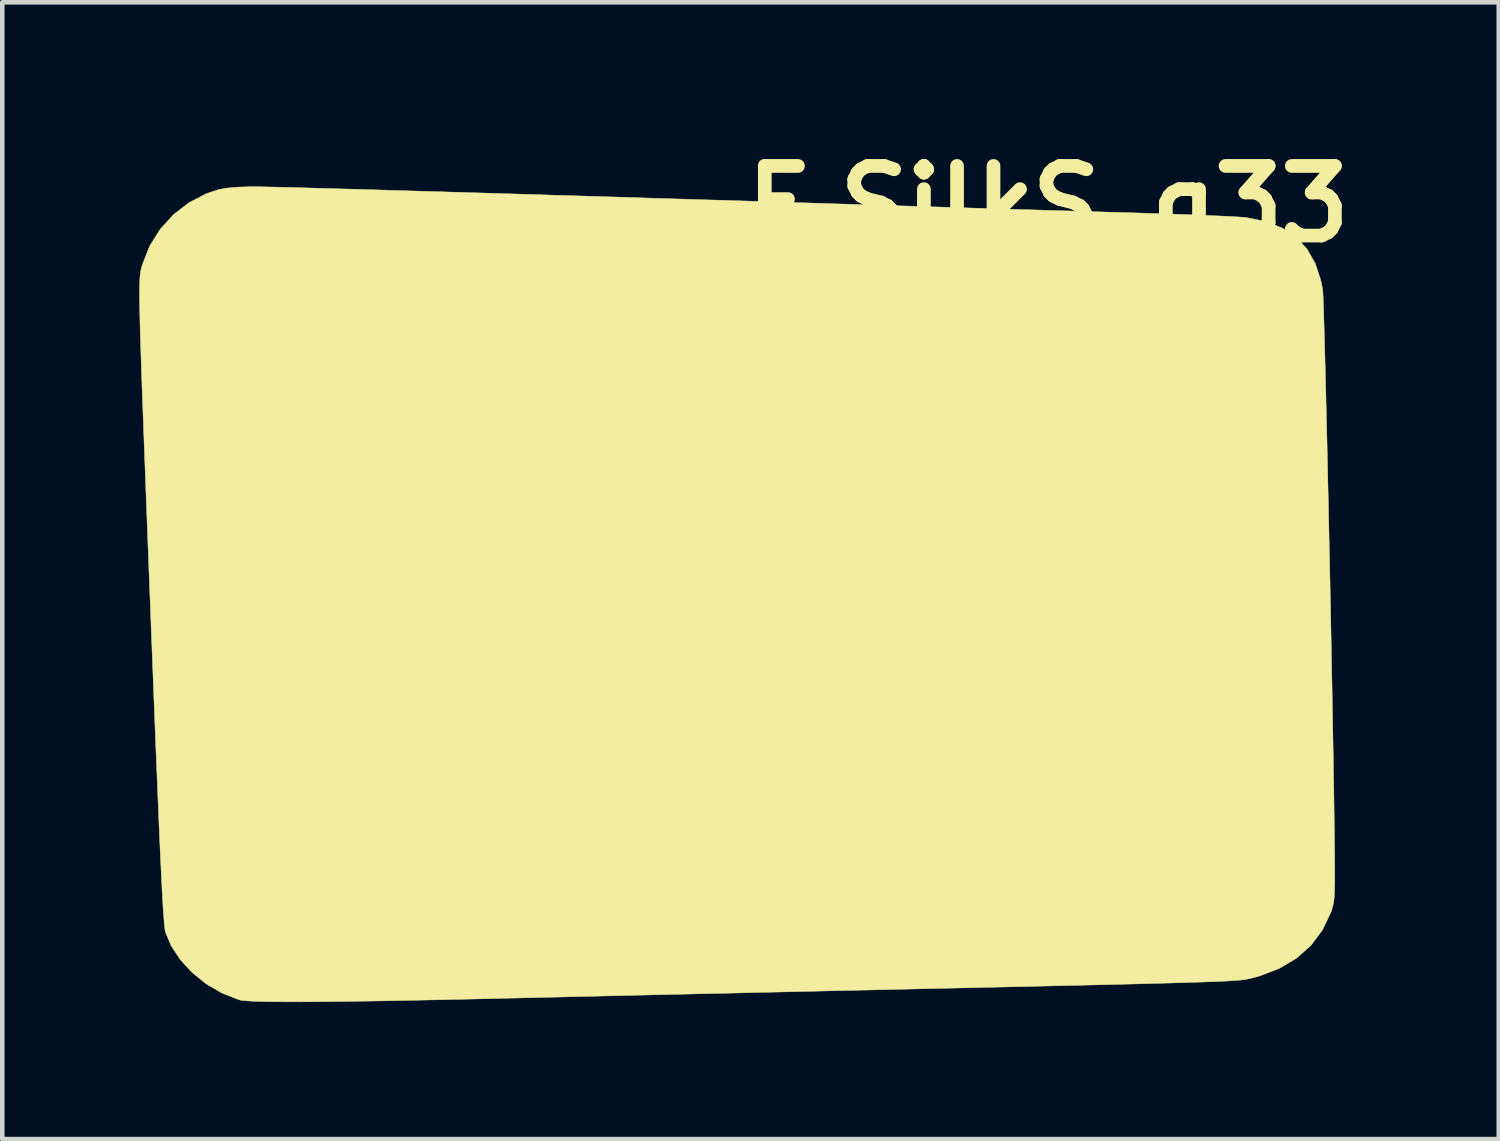
<source format=kicad_pcb>
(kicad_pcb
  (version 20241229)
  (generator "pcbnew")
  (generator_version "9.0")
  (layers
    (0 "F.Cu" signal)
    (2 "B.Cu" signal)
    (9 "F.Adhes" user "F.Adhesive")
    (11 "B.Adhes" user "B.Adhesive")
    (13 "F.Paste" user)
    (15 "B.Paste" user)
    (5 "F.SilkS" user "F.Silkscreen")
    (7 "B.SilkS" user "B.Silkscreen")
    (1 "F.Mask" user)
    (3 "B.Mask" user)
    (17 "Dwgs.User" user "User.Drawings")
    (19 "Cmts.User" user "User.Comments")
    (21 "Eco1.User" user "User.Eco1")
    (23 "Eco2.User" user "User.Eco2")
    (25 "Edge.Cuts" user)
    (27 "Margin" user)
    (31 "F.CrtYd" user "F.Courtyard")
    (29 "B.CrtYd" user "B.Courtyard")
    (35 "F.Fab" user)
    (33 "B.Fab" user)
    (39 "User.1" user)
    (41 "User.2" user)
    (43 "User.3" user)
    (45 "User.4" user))
  (footprint "F.SilkS_g33"
    (layer "F.Cu")
    (at 19.9 1.418)
    (property "Reference" "F.SilkS_g33" (at 0 0 0) (layer "F.SilkS") (effects (font (size 1.524 1.524) (thickness 0.3))))
    (attr through_hole)
    (fp_poly (pts (xy -17.295 -0.38) (xy -17.132 -0.376) (xy -16.903 -0.371) (xy -16.609 -0.364) (xy -16.247 -0.354) (xy -15.818 -0.342) (xy -15.319 -0.328) (xy -14.75 -0.312) (xy -14.11 -0.293) (xy -13.397 -0.272) (xy -12.61 -0.249) (xy -11.748 -0.223) (xy -10.81 -0.194) (xy -9.796 -0.164) (xy -8.703 -0.13) (xy -7.53 -0.094) (xy -6.278 -0.056) (xy -4.943 -0.014) (xy -3.526 0.03) (xy -2.477 0.062) (xy -1.994 0.077) (xy -1.448 0.094) (xy -0.859 0.112) (xy -0.247 0.13) (xy 0.366 0.148) (xy 0.96 0.166) (xy 1.514 0.182) (xy 1.799 0.19) (xy 2.238 0.204) (xy 2.66 0.218) (xy 3.056 0.232) (xy 3.417 0.246) (xy 3.733 0.26) (xy 3.995 0.272) (xy 4.194 0.284) (xy 4.321 0.293) (xy 4.346 0.296) (xy 4.771 0.385) (xy 5.132 0.528) (xy 5.431 0.728) (xy 5.669 0.987) (xy 5.85 1.306) (xy 5.974 1.688) (xy 6.01 1.87) (xy 6.015 1.939) (xy 6.022 2.086) (xy 6.03 2.307) (xy 6.038 2.595) (xy 6.048 2.945) (xy 6.059 3.351) (xy 6.071 3.807) (xy 6.083 4.307) (xy 6.096 4.846) (xy 6.109 5.418) (xy 6.122 6.017) (xy 6.136 6.638) (xy 6.149 7.274) (xy 6.163 7.92) (xy 6.176 8.57) (xy 6.189 9.219) (xy 6.201 9.86) (xy 6.213 10.488) (xy 6.224 11.098) (xy 6.234 11.683) (xy 6.244 12.237) (xy 6.252 12.756) (xy 6.259 13.232) (xy 6.265 13.661) (xy 6.269 14.037) (xy 6.272 14.33) (xy 6.274 14.639) (xy 6.273 14.877) (xy 6.269 15.058) (xy 6.261 15.195) (xy 6.247 15.301) (xy 6.227 15.391) (xy 6.2 15.477) (xy 6.187 15.512) (xy 6.003 15.897) (xy 5.754 16.23) (xy 5.439 16.51) (xy 5.063 16.734) (xy 4.626 16.901) (xy 4.504 16.935) (xy 4.461 16.946) (xy 4.42 16.956) (xy 4.379 16.965) (xy 4.332 16.974) (xy 4.277 16.982) (xy 4.21 16.99) (xy 4.127 16.997) (xy 4.024 17.005) (xy 3.898 17.012) (xy 3.745 17.019) (xy 3.561 17.027) (xy 3.343 17.034) (xy 3.087 17.043) (xy 2.79 17.051) (xy 2.447 17.061) (xy 2.056 17.071) (xy 1.611 17.082) (xy 1.111 17.094) (xy 0.55 17.107) (xy -0.074 17.121) (xy -0.765 17.137) (xy -1.527 17.154) (xy -2.364 17.172) (xy -3.28 17.193) (xy -4 17.209) (xy -4.697 17.224) (xy -5.414 17.241) (xy -6.143 17.257) (xy -6.874 17.274) (xy -7.596 17.29) (xy -8.3 17.306) (xy -8.974 17.321) (xy -9.611 17.336) (xy -10.198 17.35) (xy -10.726 17.362) (xy -11.186 17.373) (xy -11.415 17.378) (xy -12.326 17.399) (xy -13.156 17.418) (xy -13.907 17.433) (xy -14.581 17.446) (xy -15.182 17.455) (xy -15.712 17.462) (xy -16.173 17.466) (xy -16.57 17.467) (xy -16.903 17.466) (xy -17.177 17.461) (xy -17.394 17.454) (xy -17.556 17.445) (xy -17.667 17.432) (xy -17.714 17.422) (xy -18.082 17.279) (xy -18.429 17.078) (xy -18.74 16.828) (xy -19.003 16.543) (xy -19.206 16.233) (xy -19.327 15.942) (xy -19.337 15.896) (xy -19.347 15.818) (xy -19.357 15.704) (xy -19.369 15.552) (xy -19.382 15.357) (xy -19.396 15.117) (xy -19.411 14.827) (xy -19.427 14.485) (xy -19.446 14.087) (xy -19.466 13.629) (xy -19.488 13.108) (xy -19.512 12.521) (xy -19.539 11.864) (xy -19.568 11.133) (xy -19.599 10.326) (xy -19.634 9.439) (xy -19.644 9.165) (xy -19.68 8.232) (xy -19.713 7.379) (xy -19.743 6.603) (xy -19.769 5.901) (xy -19.793 5.268) (xy -19.814 4.7) (xy -19.833 4.193) (xy -19.849 3.745) (xy -19.862 3.35) (xy -19.873 3.006) (xy -19.882 2.708) (xy -19.888 2.452) (xy -19.892 2.235) (xy -19.895 2.053) (xy -19.895 1.901) (xy -19.893 1.777) (xy -19.89 1.676) (xy -19.885 1.595) (xy -19.879 1.529) (xy -19.871 1.475) (xy -19.861 1.428) (xy -19.851 1.386) (xy -19.839 1.345) (xy -19.835 1.332) (xy -19.675 0.923) (xy -19.445 0.554) (xy -19.155 0.234) (xy -18.814 -0.03) (xy -18.43 -0.228) (xy -18.161 -0.318) (xy -17.986 -0.35) (xy -17.746 -0.371) (xy -17.459 -0.38) (xy -17.396 -0.38) (xy -17.295 -0.38)) (stroke (width 0.01) (type solid)) (fill yes) (layer "F.SilkS")))
  (gr_rect
    (start -3 -3)
    (end 29.765 21.89)
    (stroke (width 0.1) (type default))
    (fill no)
    (layer "Edge.Cuts")))
</source>
